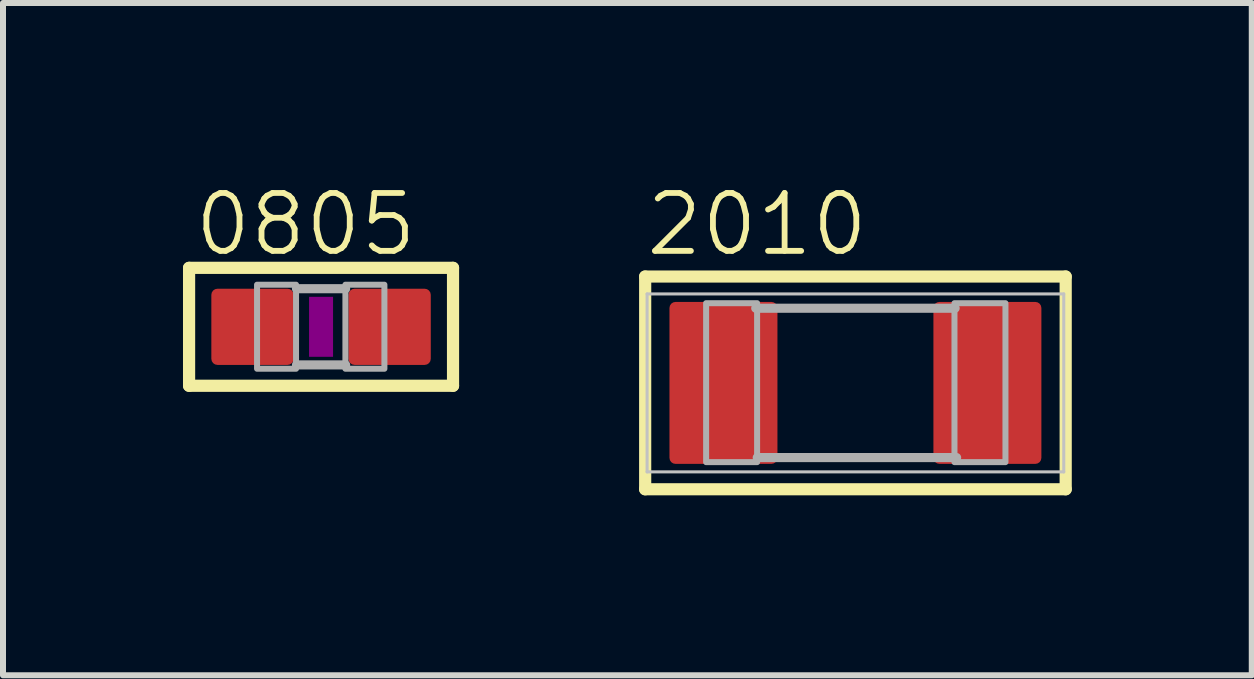
<source format=kicad_pcb>
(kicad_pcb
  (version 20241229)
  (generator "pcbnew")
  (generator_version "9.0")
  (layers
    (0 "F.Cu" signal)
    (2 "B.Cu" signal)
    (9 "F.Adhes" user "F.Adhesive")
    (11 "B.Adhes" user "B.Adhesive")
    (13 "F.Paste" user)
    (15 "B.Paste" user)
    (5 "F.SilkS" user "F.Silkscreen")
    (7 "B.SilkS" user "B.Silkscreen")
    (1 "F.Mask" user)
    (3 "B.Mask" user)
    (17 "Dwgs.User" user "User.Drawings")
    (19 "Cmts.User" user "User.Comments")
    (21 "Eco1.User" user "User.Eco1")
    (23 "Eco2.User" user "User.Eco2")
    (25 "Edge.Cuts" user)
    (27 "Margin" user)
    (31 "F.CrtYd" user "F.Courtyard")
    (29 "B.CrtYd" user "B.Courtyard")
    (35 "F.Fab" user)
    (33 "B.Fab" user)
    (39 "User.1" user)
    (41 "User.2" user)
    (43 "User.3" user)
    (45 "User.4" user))
  (footprint "2010"
    (layer "F.Cu")
    (at 11.21 3.333)
    (property "Reference" "2010" (at -3.542 -2.078 0) (layer "F.SilkS") (effects (font (size 0.965 0.965) (thickness 0.097)) (justify left bottom)))
    (attr through_hole)
    (fp_line (start -3.505 -1.773) (end 3.505 -1.773) (stroke (width 0.203) (type solid)) (layer "F.SilkS"))
    (fp_line (start -3.505 1.773) (end -3.505 -1.773) (stroke (width 0.203) (type solid)) (layer "F.SilkS"))
    (fp_line (start 3.505 -1.773) (end 3.505 1.773) (stroke (width 0.203) (type solid)) (layer "F.SilkS"))
    (fp_line (start 3.505 1.773) (end -3.505 1.773) (stroke (width 0.203) (type solid)) (layer "F.SilkS"))
    (fp_line (start -3.473 -1.483) (end 3.473 -1.483) (stroke (width 0.051) (type solid)) (layer "Dwgs.User"))
    (fp_line (start -3.473 1.483) (end -3.473 -1.483) (stroke (width 0.051) (type solid)) (layer "Dwgs.User"))
    (fp_line (start 3.473 -1.483) (end 3.473 1.483) (stroke (width 0.051) (type solid)) (layer "Dwgs.User"))
    (fp_line (start 3.473 1.483) (end -3.473 1.483) (stroke (width 0.051) (type solid)) (layer "Dwgs.User"))
    (fp_line (start -1.662 -1.245) (end 1.662 -1.245) (stroke (width 0.152) (type solid)) (layer "F.Fab"))
    (fp_line (start -1.637 1.245) (end 1.687 1.245) (stroke (width 0.152) (type solid)) (layer "F.Fab"))
    (fp_poly (pts (xy -2.489 1.321) (xy -1.639 1.321) (xy -1.639 -1.329) (xy -2.489 -1.329)) (stroke (width 0.1) (type solid)) (fill no) (layer "F.Fab"))
    (fp_poly (pts (xy 1.651 1.321) (xy 2.501 1.321) (xy 2.501 -1.329) (xy 1.651 -1.329)) (stroke (width 0.1) (type solid)) (fill no) (layer "F.Fab"))
    (pad "1" smd roundrect (at -2.2 0) (size 1.8 2.7) (layers "F.Cu" "F.Mask" "F.Paste") (roundrect_rratio 0.056))
    (pad "2" smd roundrect (at 2.2 0) (size 1.8 2.7) (layers "F.Cu" "F.Mask" "F.Paste") (roundrect_rratio 0.056)))
  (footprint "0805"
    (layer "F.Cu")
    (at 2.302 2.398)
    (property "Reference" "0805" (at -2.159 -1.143 180) (layer "F.SilkS") (effects (font (size 0.965 0.965) (thickness 0.097)) (justify left bottom)))
    (attr through_hole)
    (fp_line (start -2.2 -0.983) (end 2.2 -0.983) (stroke (width 0.203) (type solid)) (layer "F.SilkS"))
    (fp_line (start -2.2 0.983) (end -2.2 -0.983) (stroke (width 0.203) (type solid)) (layer "F.SilkS"))
    (fp_line (start 2.2 -0.983) (end 2.2 0.983) (stroke (width 0.203) (type solid)) (layer "F.SilkS"))
    (fp_line (start 2.2 0.983) (end -2.2 0.983) (stroke (width 0.203) (type solid)) (layer "F.SilkS"))
    (fp_poly (pts (xy -0.2 0.5) (xy 0.2 0.5) (xy 0.2 -0.5) (xy -0.2 -0.5)) (stroke (width 0) (type solid)) (fill yes) (layer "F.Adhes"))
    (fp_line (start -0.41 -0.635) (end 0.41 -0.635) (stroke (width 0.152) (type solid)) (layer "F.Fab"))
    (fp_line (start -0.41 0.635) (end 0.41 0.635) (stroke (width 0.152) (type solid)) (layer "F.Fab"))
    (fp_poly (pts (xy -1.067 0.699) (xy -0.417 0.699) (xy -0.417 -0.702) (xy -1.067 -0.702)) (stroke (width 0.1) (type solid)) (fill no) (layer "F.Fab"))
    (fp_poly (pts (xy 0.406 0.699) (xy 1.056 0.699) (xy 1.056 -0.702) (xy 0.406 -0.702)) (stroke (width 0.1) (type solid)) (fill no) (layer "F.Fab"))
    (pad "1" smd roundrect (at -1.143 0 90) (size 1.27 1.372) (layers "F.Cu" "F.Mask" "F.Paste") (roundrect_rratio 0.08))
    (pad "2" smd roundrect (at 1.143 0 90) (size 1.27 1.372) (layers "F.Cu" "F.Mask" "F.Paste") (roundrect_rratio 0.08)))
  (gr_rect
    (start -3 -3)
    (end 17.817 8.207)
    (stroke (width 0.1) (type default))
    (fill no)
    (layer "Edge.Cuts")))
</source>
